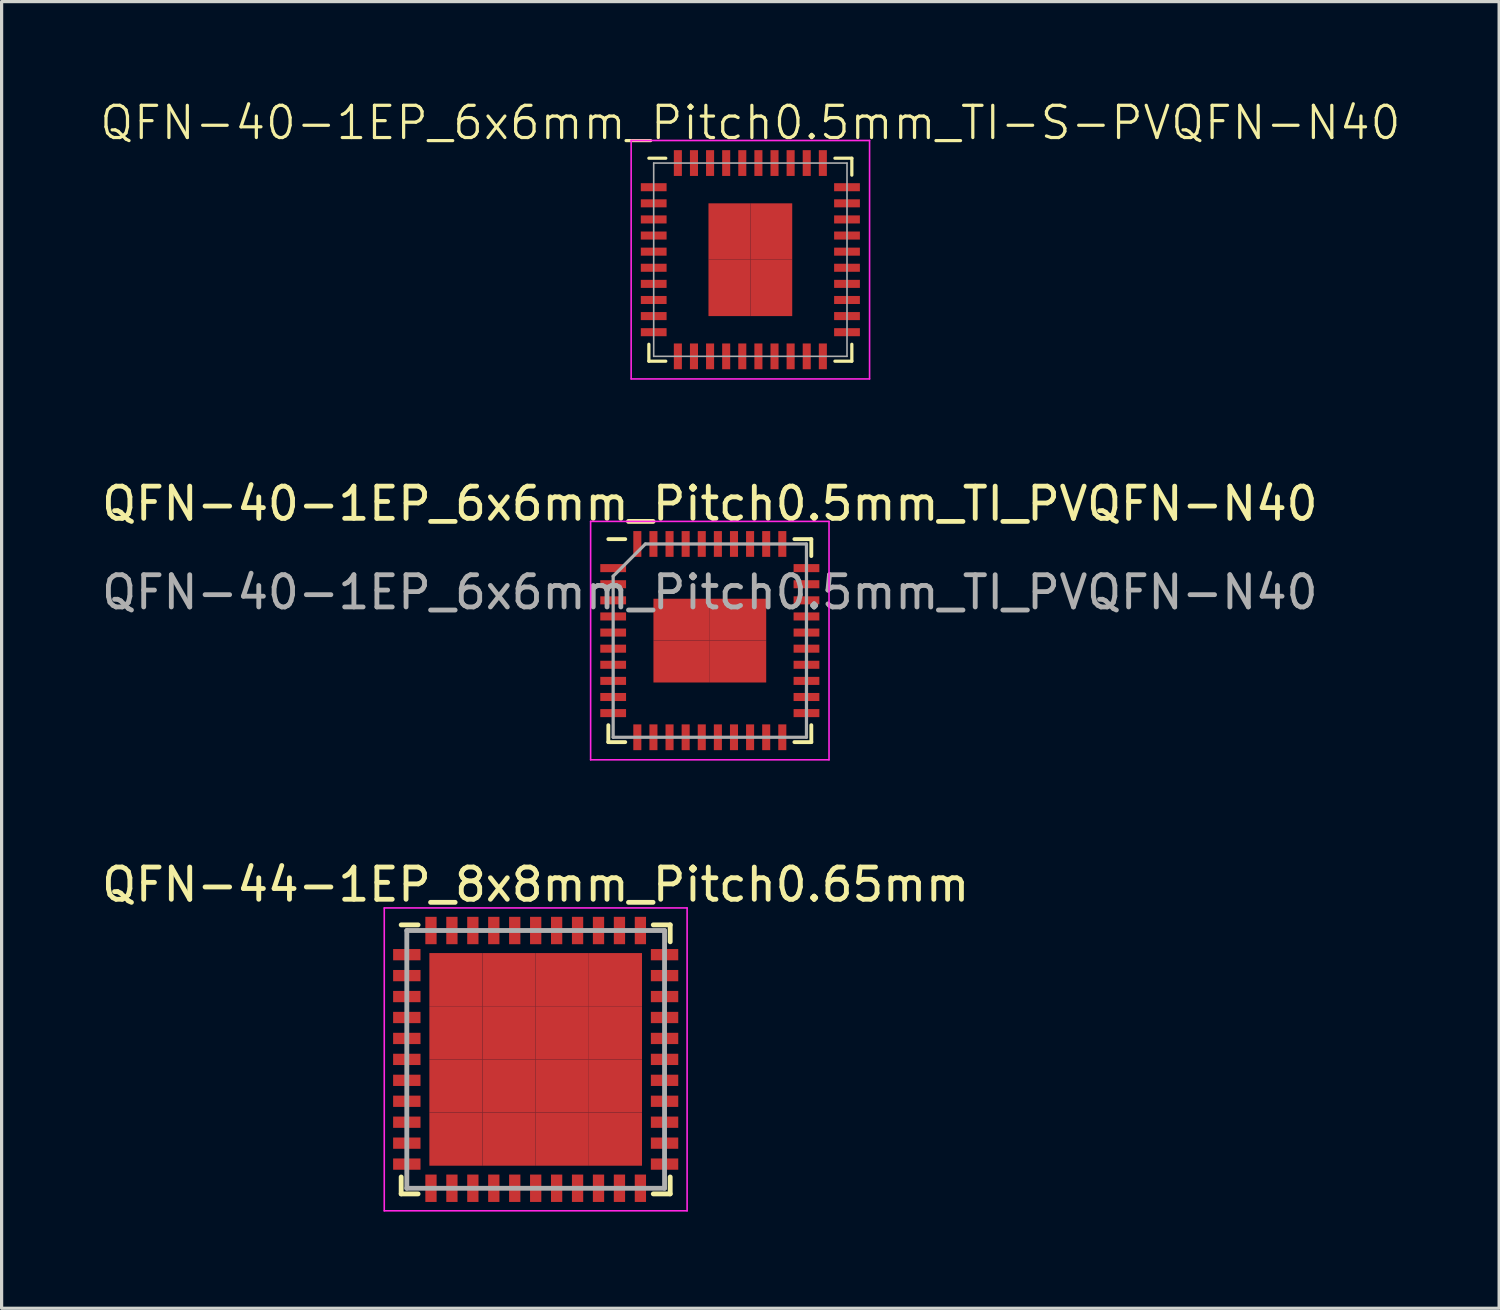
<source format=kicad_pcb>
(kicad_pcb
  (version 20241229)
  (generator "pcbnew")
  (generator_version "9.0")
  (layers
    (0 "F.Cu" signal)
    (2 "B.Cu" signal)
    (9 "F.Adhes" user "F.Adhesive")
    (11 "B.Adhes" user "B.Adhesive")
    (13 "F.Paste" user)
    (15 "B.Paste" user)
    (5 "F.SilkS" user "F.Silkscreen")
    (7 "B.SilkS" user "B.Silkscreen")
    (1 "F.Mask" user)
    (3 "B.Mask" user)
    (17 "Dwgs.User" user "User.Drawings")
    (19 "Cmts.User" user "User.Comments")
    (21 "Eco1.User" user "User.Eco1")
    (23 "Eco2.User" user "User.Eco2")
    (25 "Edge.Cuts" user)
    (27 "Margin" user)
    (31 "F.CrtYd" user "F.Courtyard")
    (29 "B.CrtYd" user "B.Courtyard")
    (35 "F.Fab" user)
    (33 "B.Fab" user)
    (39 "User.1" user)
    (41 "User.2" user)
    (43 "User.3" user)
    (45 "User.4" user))
  (footprint "QFN-44-1EP_8x8mm_Pitch0.65mm"
    (layer "F.Cu")
    (at 13.577 29.832)
    (property "Reference" "QFN-44-1EP_8x8mm_Pitch0.65mm" (at 0 -5.425 0) (layer "F.SilkS") (effects (font (size 1 1) (thickness 0.15))))
    (attr smd)
    (fp_line (start -4.175 -4.175) (end -3.65 -4.175) (stroke (width 0.15) (type solid)) (layer "F.SilkS"))
    (fp_line (start -4.175 4.175) (end -4.175 3.65) (stroke (width 0.15) (type solid)) (layer "F.SilkS"))
    (fp_line (start -4.175 4.175) (end -3.65 4.175) (stroke (width 0.15) (type solid)) (layer "F.SilkS"))
    (fp_line (start 4.175 -4.175) (end 3.65 -4.175) (stroke (width 0.15) (type solid)) (layer "F.SilkS"))
    (fp_line (start 4.175 -4.175) (end 4.175 -3.65) (stroke (width 0.15) (type solid)) (layer "F.SilkS"))
    (fp_line (start 4.175 4.175) (end 3.65 4.175) (stroke (width 0.15) (type solid)) (layer "F.SilkS"))
    (fp_line (start 4.175 4.175) (end 4.175 3.65) (stroke (width 0.15) (type solid)) (layer "F.SilkS"))
    (fp_line (start -4.7 -4.7) (end -4.7 4.7) (stroke (width 0.05) (type solid)) (layer "F.CrtYd"))
    (fp_line (start -4.7 -4.7) (end 4.7 -4.7) (stroke (width 0.05) (type solid)) (layer "F.CrtYd"))
    (fp_line (start -4.7 4.7) (end 4.7 4.7) (stroke (width 0.05) (type solid)) (layer "F.CrtYd"))
    (fp_line (start 4.7 -4.7) (end 4.7 4.7) (stroke (width 0.05) (type solid)) (layer "F.CrtYd"))
    (fp_line (start -4 -4) (end 4 -4) (stroke (width 0.15) (type solid)) (layer "F.Fab"))
    (fp_line (start -4 4) (end -4 -4) (stroke (width 0.15) (type solid)) (layer "F.Fab"))
    (fp_line (start 4 -4) (end 4 4) (stroke (width 0.15) (type solid)) (layer "F.Fab"))
    (fp_line (start 4 4) (end -4 4) (stroke (width 0.15) (type solid)) (layer "F.Fab"))
    (pad "1" smd rect (at -4 -3.25) (size 0.85 0.35) (layers "F.Cu" "F.Mask" "F.Paste"))
    (pad "2" smd rect (at -4 -2.6) (size 0.85 0.35) (layers "F.Cu" "F.Mask" "F.Paste"))
    (pad "3" smd rect (at -4 -1.95) (size 0.85 0.35) (layers "F.Cu" "F.Mask" "F.Paste"))
    (pad "4" smd rect (at -4 -1.3) (size 0.85 0.35) (layers "F.Cu" "F.Mask" "F.Paste"))
    (pad "5" smd rect (at -4 -0.65) (size 0.85 0.35) (layers "F.Cu" "F.Mask" "F.Paste"))
    (pad "6" smd rect (at -4 0) (size 0.85 0.35) (layers "F.Cu" "F.Mask" "F.Paste"))
    (pad "7" smd rect (at -4 0.65) (size 0.85 0.35) (layers "F.Cu" "F.Mask" "F.Paste"))
    (pad "8" smd rect (at -4 1.3) (size 0.85 0.35) (layers "F.Cu" "F.Mask" "F.Paste"))
    (pad "9" smd rect (at -4 1.95) (size 0.85 0.35) (layers "F.Cu" "F.Mask" "F.Paste"))
    (pad "10" smd rect (at -4 2.6) (size 0.85 0.35) (layers "F.Cu" "F.Mask" "F.Paste"))
    (pad "11" smd rect (at -4 3.25) (size 0.85 0.35) (layers "F.Cu" "F.Mask" "F.Paste"))
    (pad "12" smd rect (at -3.25 4 90) (size 0.85 0.35) (layers "F.Cu" "F.Mask" "F.Paste"))
    (pad "13" smd rect (at -2.6 4 90) (size 0.85 0.35) (layers "F.Cu" "F.Mask" "F.Paste"))
    (pad "14" smd rect (at -1.95 4 90) (size 0.85 0.35) (layers "F.Cu" "F.Mask" "F.Paste"))
    (pad "15" smd rect (at -1.3 4 90) (size 0.85 0.35) (layers "F.Cu" "F.Mask" "F.Paste"))
    (pad "16" smd rect (at -0.65 4 90) (size 0.85 0.35) (layers "F.Cu" "F.Mask" "F.Paste"))
    (pad "17" smd rect (at 0 4 90) (size 0.85 0.35) (layers "F.Cu" "F.Mask" "F.Paste"))
    (pad "18" smd rect (at 0.65 4 90) (size 0.85 0.35) (layers "F.Cu" "F.Mask" "F.Paste"))
    (pad "19" smd rect (at 1.3 4 90) (size 0.85 0.35) (layers "F.Cu" "F.Mask" "F.Paste"))
    (pad "20" smd rect (at 1.95 4 90) (size 0.85 0.35) (layers "F.Cu" "F.Mask" "F.Paste"))
    (pad "21" smd rect (at 2.6 4 90) (size 0.85 0.35) (layers "F.Cu" "F.Mask" "F.Paste"))
    (pad "22" smd rect (at 3.25 4 90) (size 0.85 0.35) (layers "F.Cu" "F.Mask" "F.Paste"))
    (pad "23" smd rect (at 4 3.25) (size 0.85 0.35) (layers "F.Cu" "F.Mask" "F.Paste"))
    (pad "24" smd rect (at 4 2.6) (size 0.85 0.35) (layers "F.Cu" "F.Mask" "F.Paste"))
    (pad "25" smd rect (at 4 1.95) (size 0.85 0.35) (layers "F.Cu" "F.Mask" "F.Paste"))
    (pad "26" smd rect (at 4 1.3) (size 0.85 0.35) (layers "F.Cu" "F.Mask" "F.Paste"))
    (pad "27" smd rect (at 4 0.65) (size 0.85 0.35) (layers "F.Cu" "F.Mask" "F.Paste"))
    (pad "28" smd rect (at 4 0) (size 0.85 0.35) (layers "F.Cu" "F.Mask" "F.Paste"))
    (pad "29" smd rect (at 4 -0.65) (size 0.85 0.35) (layers "F.Cu" "F.Mask" "F.Paste"))
    (pad "30" smd rect (at 4 -1.3) (size 0.85 0.35) (layers "F.Cu" "F.Mask" "F.Paste"))
    (pad "31" smd rect (at 4 -1.95) (size 0.85 0.35) (layers "F.Cu" "F.Mask" "F.Paste"))
    (pad "32" smd rect (at 4 -2.6) (size 0.85 0.35) (layers "F.Cu" "F.Mask" "F.Paste"))
    (pad "33" smd rect (at 4 -3.25) (size 0.85 0.35) (layers "F.Cu" "F.Mask" "F.Paste"))
    (pad "34" smd rect (at 3.25 -4 90) (size 0.85 0.35) (layers "F.Cu" "F.Mask" "F.Paste"))
    (pad "35" smd rect (at 2.6 -4 90) (size 0.85 0.35) (layers "F.Cu" "F.Mask" "F.Paste"))
    (pad "36" smd rect (at 1.95 -4 90) (size 0.85 0.35) (layers "F.Cu" "F.Mask" "F.Paste"))
    (pad "37" smd rect (at 1.3 -4 90) (size 0.85 0.35) (layers "F.Cu" "F.Mask" "F.Paste"))
    (pad "38" smd rect (at 0.65 -4 90) (size 0.85 0.35) (layers "F.Cu" "F.Mask" "F.Paste"))
    (pad "39" smd rect (at 0 -4 90) (size 0.85 0.35) (layers "F.Cu" "F.Mask" "F.Paste"))
    (pad "40" smd rect (at -0.65 -4 90) (size 0.85 0.35) (layers "F.Cu" "F.Mask" "F.Paste"))
    (pad "41" smd rect (at -1.3 -4 90) (size 0.85 0.35) (layers "F.Cu" "F.Mask" "F.Paste"))
    (pad "42" smd rect (at -1.95 -4 90) (size 0.85 0.35) (layers "F.Cu" "F.Mask" "F.Paste"))
    (pad "43" smd rect (at -2.6 -4 90) (size 0.85 0.35) (layers "F.Cu" "F.Mask" "F.Paste"))
    (pad "44" smd rect (at -3.25 -4 90) (size 0.85 0.35) (layers "F.Cu" "F.Mask" "F.Paste"))
    (pad "45" smd rect (at -2.475 -2.475) (size 1.65 1.65) (layers "F.Cu" "F.Mask" "F.Paste"))
    (pad "45" smd rect (at -2.475 -0.825) (size 1.65 1.65) (layers "F.Cu" "F.Mask" "F.Paste"))
    (pad "45" smd rect (at -2.475 0.825) (size 1.65 1.65) (layers "F.Cu" "F.Mask" "F.Paste"))
    (pad "45" smd rect (at -2.475 2.475) (size 1.65 1.65) (layers "F.Cu" "F.Mask" "F.Paste"))
    (pad "45" smd rect (at -0.825 -2.475) (size 1.65 1.65) (layers "F.Cu" "F.Mask" "F.Paste"))
    (pad "45" smd rect (at -0.825 -0.825) (size 1.65 1.65) (layers "F.Cu" "F.Mask" "F.Paste"))
    (pad "45" smd rect (at -0.825 0.825) (size 1.65 1.65) (layers "F.Cu" "F.Mask" "F.Paste"))
    (pad "45" smd rect (at -0.825 2.475) (size 1.65 1.65) (layers "F.Cu" "F.Mask" "F.Paste"))
    (pad "45" smd rect (at 0.825 -2.475) (size 1.65 1.65) (layers "F.Cu" "F.Mask" "F.Paste"))
    (pad "45" smd rect (at 0.825 -0.825) (size 1.65 1.65) (layers "F.Cu" "F.Mask" "F.Paste"))
    (pad "45" smd rect (at 0.825 0.825) (size 1.65 1.65) (layers "F.Cu" "F.Mask" "F.Paste"))
    (pad "45" smd rect (at 0.825 2.475) (size 1.65 1.65) (layers "F.Cu" "F.Mask" "F.Paste"))
    (pad "45" smd rect (at 2.475 -2.475) (size 1.65 1.65) (layers "F.Cu" "F.Mask" "F.Paste"))
    (pad "45" smd rect (at 2.475 -0.825) (size 1.65 1.65) (layers "F.Cu" "F.Mask" "F.Paste"))
    (pad "45" smd rect (at 2.475 0.825) (size 1.65 1.65) (layers "F.Cu" "F.Mask" "F.Paste"))
    (pad "45" smd rect (at 2.475 2.475) (size 1.65 1.65) (layers "F.Cu" "F.Mask" "F.Paste")))
  (footprint "QFN-40-1EP_6x6mm_Pitch0.5mm_TI-S-PVQFN-N40"
    (layer "F.Cu")
    (at 20.24 5.011)
    (property "Reference" "QFN-40-1EP_6x6mm_Pitch0.5mm_TI-S-PVQFN-N40" (at 0 -4.25 0) (layer "F.SilkS") (effects (font (size 1 1) (thickness 0.1))))
    (attr smd)
    (fp_line (start -3.15 -3.15) (end -2.625 -3.15) (stroke (width 0.1) (type solid)) (layer "F.SilkS"))
    (fp_line (start -3.15 3.15) (end -3.15 2.625) (stroke (width 0.1) (type solid)) (layer "F.SilkS"))
    (fp_line (start -3.15 3.15) (end -2.625 3.15) (stroke (width 0.1) (type solid)) (layer "F.SilkS"))
    (fp_line (start 3.15 -3.15) (end 2.625 -3.15) (stroke (width 0.1) (type solid)) (layer "F.SilkS"))
    (fp_line (start 3.15 -3.15) (end 3.15 -2.625) (stroke (width 0.1) (type solid)) (layer "F.SilkS"))
    (fp_line (start 3.15 3.15) (end 2.625 3.15) (stroke (width 0.1) (type solid)) (layer "F.SilkS"))
    (fp_line (start 3.15 3.15) (end 3.15 2.625) (stroke (width 0.1) (type solid)) (layer "F.SilkS"))
    (fp_line (start -3.7 -3.7) (end -3.7 3.7) (stroke (width 0.05) (type solid)) (layer "F.CrtYd"))
    (fp_line (start -3.7 -3.7) (end 3.7 -3.7) (stroke (width 0.05) (type solid)) (layer "F.CrtYd"))
    (fp_line (start -3.7 3.7) (end 3.7 3.7) (stroke (width 0.05) (type solid)) (layer "F.CrtYd"))
    (fp_line (start 3.7 -3.7) (end 3.7 3.7) (stroke (width 0.05) (type solid)) (layer "F.CrtYd"))
    (fp_line (start -3 -3) (end 3 -3) (stroke (width 0.05) (type solid)) (layer "F.Fab"))
    (fp_line (start -3 3) (end -3 -3) (stroke (width 0.05) (type solid)) (layer "F.Fab"))
    (fp_line (start 3 -3) (end 3 3) (stroke (width 0.05) (type solid)) (layer "F.Fab"))
    (fp_line (start 3 3) (end -3 3) (stroke (width 0.05) (type solid)) (layer "F.Fab"))
    (pad "1" smd rect (at -3 -2.25) (size 0.8 0.25) (layers "F.Cu" "F.Mask" "F.Paste"))
    (pad "2" smd rect (at -3 -1.75) (size 0.8 0.25) (layers "F.Cu" "F.Mask" "F.Paste"))
    (pad "3" smd rect (at -3 -1.25) (size 0.8 0.25) (layers "F.Cu" "F.Mask" "F.Paste"))
    (pad "4" smd rect (at -3 -0.75) (size 0.8 0.25) (layers "F.Cu" "F.Mask" "F.Paste"))
    (pad "5" smd rect (at -3 -0.25) (size 0.8 0.25) (layers "F.Cu" "F.Mask" "F.Paste"))
    (pad "6" smd rect (at -3 0.25) (size 0.8 0.25) (layers "F.Cu" "F.Mask" "F.Paste"))
    (pad "7" smd rect (at -3 0.75) (size 0.8 0.25) (layers "F.Cu" "F.Mask" "F.Paste"))
    (pad "8" smd rect (at -3 1.25) (size 0.8 0.25) (layers "F.Cu" "F.Mask" "F.Paste"))
    (pad "9" smd rect (at -3 1.75) (size 0.8 0.25) (layers "F.Cu" "F.Mask" "F.Paste"))
    (pad "10" smd rect (at -3 2.25) (size 0.8 0.25) (layers "F.Cu" "F.Mask" "F.Paste"))
    (pad "11" smd rect (at -2.25 3 90) (size 0.8 0.25) (layers "F.Cu" "F.Mask" "F.Paste"))
    (pad "12" smd rect (at -1.75 3 90) (size 0.8 0.25) (layers "F.Cu" "F.Mask" "F.Paste"))
    (pad "13" smd rect (at -1.25 3 90) (size 0.8 0.25) (layers "F.Cu" "F.Mask" "F.Paste"))
    (pad "14" smd rect (at -0.75 3 90) (size 0.8 0.25) (layers "F.Cu" "F.Mask" "F.Paste"))
    (pad "15" smd rect (at -0.25 3 90) (size 0.8 0.25) (layers "F.Cu" "F.Mask" "F.Paste"))
    (pad "16" smd rect (at 0.25 3 90) (size 0.8 0.25) (layers "F.Cu" "F.Mask" "F.Paste"))
    (pad "17" smd rect (at 0.75 3 90) (size 0.8 0.25) (layers "F.Cu" "F.Mask" "F.Paste"))
    (pad "18" smd rect (at 1.25 3 90) (size 0.8 0.25) (layers "F.Cu" "F.Mask" "F.Paste"))
    (pad "19" smd rect (at 1.75 3 90) (size 0.8 0.25) (layers "F.Cu" "F.Mask" "F.Paste"))
    (pad "20" smd rect (at 2.25 3 90) (size 0.8 0.25) (layers "F.Cu" "F.Mask" "F.Paste"))
    (pad "21" smd rect (at 3 2.25) (size 0.8 0.25) (layers "F.Cu" "F.Mask" "F.Paste"))
    (pad "22" smd rect (at 3 1.75) (size 0.8 0.25) (layers "F.Cu" "F.Mask" "F.Paste"))
    (pad "23" smd rect (at 3 1.25) (size 0.8 0.25) (layers "F.Cu" "F.Mask" "F.Paste"))
    (pad "24" smd rect (at 3 0.75) (size 0.8 0.25) (layers "F.Cu" "F.Mask" "F.Paste"))
    (pad "25" smd rect (at 3 0.25) (size 0.8 0.25) (layers "F.Cu" "F.Mask" "F.Paste"))
    (pad "26" smd rect (at 3 -0.25) (size 0.8 0.25) (layers "F.Cu" "F.Mask" "F.Paste"))
    (pad "27" smd rect (at 3 -0.75) (size 0.8 0.25) (layers "F.Cu" "F.Mask" "F.Paste"))
    (pad "28" smd rect (at 3 -1.25) (size 0.8 0.25) (layers "F.Cu" "F.Mask" "F.Paste"))
    (pad "29" smd rect (at 3 -1.75) (size 0.8 0.25) (layers "F.Cu" "F.Mask" "F.Paste"))
    (pad "30" smd rect (at 3 -2.25) (size 0.8 0.25) (layers "F.Cu" "F.Mask" "F.Paste"))
    (pad "31" smd rect (at 2.25 -3 90) (size 0.8 0.25) (layers "F.Cu" "F.Mask" "F.Paste"))
    (pad "32" smd rect (at 1.75 -3 90) (size 0.8 0.25) (layers "F.Cu" "F.Mask" "F.Paste"))
    (pad "33" smd rect (at 1.25 -3 90) (size 0.8 0.25) (layers "F.Cu" "F.Mask" "F.Paste"))
    (pad "34" smd rect (at 0.75 -3 90) (size 0.8 0.25) (layers "F.Cu" "F.Mask" "F.Paste"))
    (pad "35" smd rect (at 0.25 -3 90) (size 0.8 0.25) (layers "F.Cu" "F.Mask" "F.Paste"))
    (pad "36" smd rect (at -0.25 -3 90) (size 0.8 0.25) (layers "F.Cu" "F.Mask" "F.Paste"))
    (pad "37" smd rect (at -0.75 -3 90) (size 0.8 0.25) (layers "F.Cu" "F.Mask" "F.Paste"))
    (pad "38" smd rect (at -1.25 -3 90) (size 0.8 0.25) (layers "F.Cu" "F.Mask" "F.Paste"))
    (pad "39" smd rect (at -1.75 -3 90) (size 0.8 0.25) (layers "F.Cu" "F.Mask" "F.Paste"))
    (pad "40" smd rect (at -2.25 -3 90) (size 0.8 0.25) (layers "F.Cu" "F.Mask" "F.Paste"))
    (pad "41" smd rect (at -0.65 -0.875) (size 1.3 1.75) (layers "F.Cu" "F.Mask" "F.Paste"))
    (pad "41" smd rect (at -0.65 0.875) (size 1.3 1.75) (layers "F.Cu" "F.Mask" "F.Paste"))
    (pad "41" smd rect (at 0.65 -0.875) (size 1.3 1.75) (layers "F.Cu" "F.Mask" "F.Paste"))
    (pad "41" smd rect (at 0.65 0.875) (size 1.3 1.75) (layers "F.Cu" "F.Mask" "F.Paste")))
  (footprint "QFN-40-1EP_6x6mm_Pitch0.5mm_TI_PVQFN-N40"
    (layer "F.Cu")
    (at 18.982 16.834)
    (property "Reference" "QFN-40-1EP_6x6mm_Pitch0.5mm_TI_PVQFN-N40" (at 0 -4.25 0) (layer "F.SilkS") (effects (font (size 1 1) (thickness 0.15))))
    (attr smd)
    (fp_line (start -3.15 -3.15) (end -2.625 -3.15) (stroke (width 0.12) (type solid)) (layer "F.SilkS"))
    (fp_line (start -3.15 3.15) (end -3.15 2.625) (stroke (width 0.12) (type solid)) (layer "F.SilkS"))
    (fp_line (start -3.15 3.15) (end -2.625 3.15) (stroke (width 0.12) (type solid)) (layer "F.SilkS"))
    (fp_line (start 3.15 -3.15) (end 2.625 -3.15) (stroke (width 0.12) (type solid)) (layer "F.SilkS"))
    (fp_line (start 3.15 -3.15) (end 3.15 -2.625) (stroke (width 0.12) (type solid)) (layer "F.SilkS"))
    (fp_line (start 3.15 3.15) (end 2.625 3.15) (stroke (width 0.12) (type solid)) (layer "F.SilkS"))
    (fp_line (start 3.15 3.15) (end 3.15 2.625) (stroke (width 0.12) (type solid)) (layer "F.SilkS"))
    (fp_line (start -3.7 -3.7) (end -3.7 3.7) (stroke (width 0.05) (type solid)) (layer "F.CrtYd"))
    (fp_line (start -3.7 -3.7) (end 3.7 -3.7) (stroke (width 0.05) (type solid)) (layer "F.CrtYd"))
    (fp_line (start -3.7 3.7) (end 3.7 3.7) (stroke (width 0.05) (type solid)) (layer "F.CrtYd"))
    (fp_line (start 3.7 -3.7) (end 3.7 3.7) (stroke (width 0.05) (type solid)) (layer "F.CrtYd"))
    (fp_line (start -3 3) (end -3 -2) (stroke (width 0.1) (type solid)) (layer "F.Fab"))
    (fp_line (start -2 -3) (end -3 -2) (stroke (width 0.1) (type solid)) (layer "F.Fab"))
    (fp_line (start -2 -3) (end 3 -3) (stroke (width 0.1) (type solid)) (layer "F.Fab"))
    (fp_line (start 3 -3) (end 3 3) (stroke (width 0.1) (type solid)) (layer "F.Fab"))
    (fp_line (start 3 3) (end -3 3) (stroke (width 0.1) (type solid)) (layer "F.Fab"))
    (fp_text user "${REFERENCE}" (at 0 -1.5 0) (layer "F.Fab") (effects (font (size 1 1) (thickness 0.15))))
    (pad "1" smd rect (at -3 -2.25) (size 0.8 0.25) (layers "F.Cu" "F.Mask" "F.Paste"))
    (pad "2" smd rect (at -3 -1.75) (size 0.8 0.25) (layers "F.Cu" "F.Mask" "F.Paste"))
    (pad "3" smd rect (at -3 -1.25) (size 0.8 0.25) (layers "F.Cu" "F.Mask" "F.Paste"))
    (pad "4" smd rect (at -3 -0.75) (size 0.8 0.25) (layers "F.Cu" "F.Mask" "F.Paste"))
    (pad "5" smd rect (at -3 -0.25) (size 0.8 0.25) (layers "F.Cu" "F.Mask" "F.Paste"))
    (pad "6" smd rect (at -3 0.25) (size 0.8 0.25) (layers "F.Cu" "F.Mask" "F.Paste"))
    (pad "7" smd rect (at -3 0.75) (size 0.8 0.25) (layers "F.Cu" "F.Mask" "F.Paste"))
    (pad "8" smd rect (at -3 1.25) (size 0.8 0.25) (layers "F.Cu" "F.Mask" "F.Paste"))
    (pad "9" smd rect (at -3 1.75) (size 0.8 0.25) (layers "F.Cu" "F.Mask" "F.Paste"))
    (pad "10" smd rect (at -3 2.25) (size 0.8 0.25) (layers "F.Cu" "F.Mask" "F.Paste"))
    (pad "11" smd rect (at -2.25 3 90) (size 0.8 0.25) (layers "F.Cu" "F.Mask" "F.Paste"))
    (pad "12" smd rect (at -1.75 3 90) (size 0.8 0.25) (layers "F.Cu" "F.Mask" "F.Paste"))
    (pad "13" smd rect (at -1.25 3 90) (size 0.8 0.25) (layers "F.Cu" "F.Mask" "F.Paste"))
    (pad "14" smd rect (at -0.75 3 90) (size 0.8 0.25) (layers "F.Cu" "F.Mask" "F.Paste"))
    (pad "15" smd rect (at -0.25 3 90) (size 0.8 0.25) (layers "F.Cu" "F.Mask" "F.Paste"))
    (pad "16" smd rect (at 0.25 3 90) (size 0.8 0.25) (layers "F.Cu" "F.Mask" "F.Paste"))
    (pad "17" smd rect (at 0.75 3 90) (size 0.8 0.25) (layers "F.Cu" "F.Mask" "F.Paste"))
    (pad "18" smd rect (at 1.25 3 90) (size 0.8 0.25) (layers "F.Cu" "F.Mask" "F.Paste"))
    (pad "19" smd rect (at 1.75 3 90) (size 0.8 0.25) (layers "F.Cu" "F.Mask" "F.Paste"))
    (pad "20" smd rect (at 2.25 3 90) (size 0.8 0.25) (layers "F.Cu" "F.Mask" "F.Paste"))
    (pad "21" smd rect (at 3 2.25) (size 0.8 0.25) (layers "F.Cu" "F.Mask" "F.Paste"))
    (pad "22" smd rect (at 3 1.75) (size 0.8 0.25) (layers "F.Cu" "F.Mask" "F.Paste"))
    (pad "23" smd rect (at 3 1.25) (size 0.8 0.25) (layers "F.Cu" "F.Mask" "F.Paste"))
    (pad "24" smd rect (at 3 0.75) (size 0.8 0.25) (layers "F.Cu" "F.Mask" "F.Paste"))
    (pad "25" smd rect (at 3 0.25) (size 0.8 0.25) (layers "F.Cu" "F.Mask" "F.Paste"))
    (pad "26" smd rect (at 3 -0.25) (size 0.8 0.25) (layers "F.Cu" "F.Mask" "F.Paste"))
    (pad "27" smd rect (at 3 -0.75) (size 0.8 0.25) (layers "F.Cu" "F.Mask" "F.Paste"))
    (pad "28" smd rect (at 3 -1.25) (size 0.8 0.25) (layers "F.Cu" "F.Mask" "F.Paste"))
    (pad "29" smd rect (at 3 -1.75) (size 0.8 0.25) (layers "F.Cu" "F.Mask" "F.Paste"))
    (pad "30" smd rect (at 3 -2.25) (size 0.8 0.25) (layers "F.Cu" "F.Mask" "F.Paste"))
    (pad "31" smd rect (at 2.25 -3 90) (size 0.8 0.25) (layers "F.Cu" "F.Mask" "F.Paste"))
    (pad "32" smd rect (at 1.75 -3 90) (size 0.8 0.25) (layers "F.Cu" "F.Mask" "F.Paste"))
    (pad "33" smd rect (at 1.25 -3 90) (size 0.8 0.25) (layers "F.Cu" "F.Mask" "F.Paste"))
    (pad "34" smd rect (at 0.75 -3 90) (size 0.8 0.25) (layers "F.Cu" "F.Mask" "F.Paste"))
    (pad "35" smd rect (at 0.25 -3 90) (size 0.8 0.25) (layers "F.Cu" "F.Mask" "F.Paste"))
    (pad "36" smd rect (at -0.25 -3 90) (size 0.8 0.25) (layers "F.Cu" "F.Mask" "F.Paste"))
    (pad "37" smd rect (at -0.75 -3 90) (size 0.8 0.25) (layers "F.Cu" "F.Mask" "F.Paste"))
    (pad "38" smd rect (at -1.25 -3 90) (size 0.8 0.25) (layers "F.Cu" "F.Mask" "F.Paste"))
    (pad "39" smd rect (at -1.75 -3 90) (size 0.8 0.25) (layers "F.Cu" "F.Mask" "F.Paste"))
    (pad "40" smd rect (at -2.25 -3 90) (size 0.8 0.25) (layers "F.Cu" "F.Mask" "F.Paste"))
    (pad "41" smd rect (at -0.875 -0.65 90) (size 1.3 1.75) (layers "F.Cu" "F.Mask" "F.Paste"))
    (pad "41" smd rect (at -0.875 0.65 90) (size 1.3 1.75) (layers "F.Cu" "F.Mask" "F.Paste"))
    (pad "41" smd rect (at 0.875 -0.65 90) (size 1.3 1.75) (layers "F.Cu" "F.Mask" "F.Paste"))
    (pad "41" smd rect (at 0.875 0.65 90) (size 1.3 1.75) (layers "F.Cu" "F.Mask" "F.Paste")))
  (gr_rect
    (start -3 -3)
    (end 43.481 37.557)
    (stroke (width 0.1) (type default))
    (fill no)
    (layer "Edge.Cuts")))
</source>
